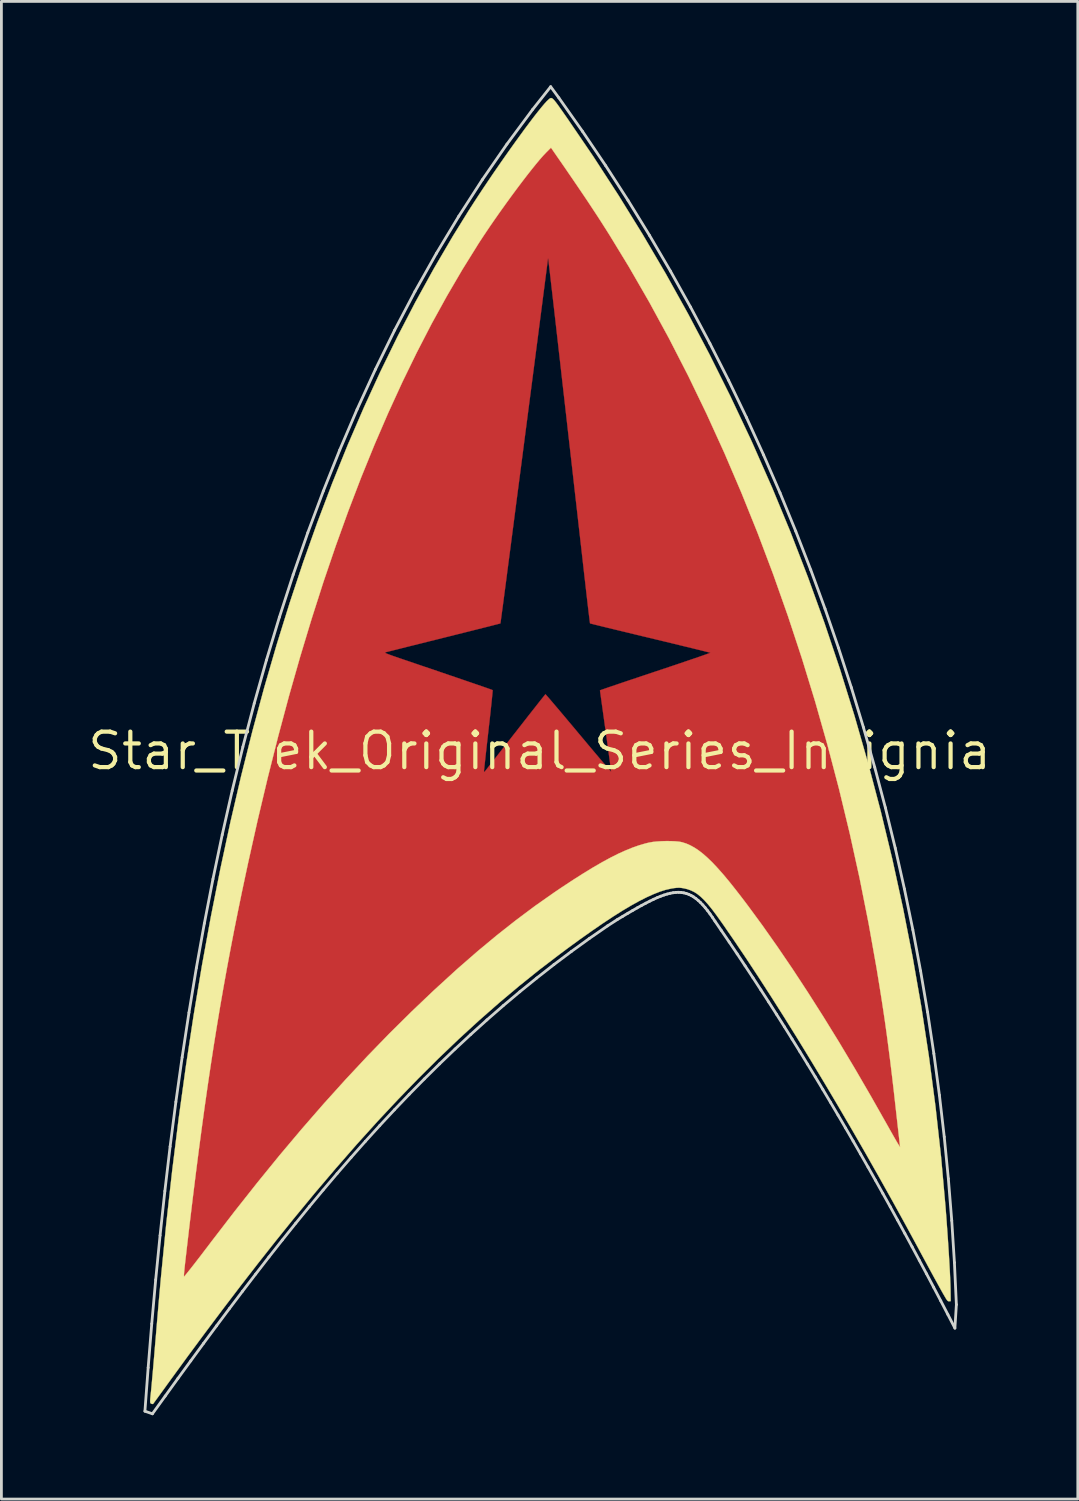
<source format=kicad_pcb>
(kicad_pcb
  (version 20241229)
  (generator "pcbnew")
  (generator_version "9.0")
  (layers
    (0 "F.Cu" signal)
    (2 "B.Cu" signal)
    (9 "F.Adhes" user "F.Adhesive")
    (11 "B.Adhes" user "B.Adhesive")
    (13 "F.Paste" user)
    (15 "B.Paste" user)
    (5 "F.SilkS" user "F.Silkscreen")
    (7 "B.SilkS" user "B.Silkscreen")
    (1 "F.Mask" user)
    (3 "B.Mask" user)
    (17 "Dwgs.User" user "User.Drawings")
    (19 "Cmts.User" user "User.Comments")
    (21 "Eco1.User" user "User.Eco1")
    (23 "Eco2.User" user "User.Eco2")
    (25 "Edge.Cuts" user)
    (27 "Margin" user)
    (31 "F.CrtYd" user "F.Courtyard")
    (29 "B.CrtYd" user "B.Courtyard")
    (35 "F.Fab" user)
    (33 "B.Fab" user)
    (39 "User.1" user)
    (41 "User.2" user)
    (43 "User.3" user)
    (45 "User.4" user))
  (footprint "Star_Trek_Original_Series_Insignia"
    (layer "F.Cu")
    (at 16.245 23.801)
    (property "Reference" "Star_Trek_Original_Series_Insignia" (at 0 0 0) (layer "F.SilkS") (effects (font (size 1.27 1.27) (thickness 0.15))))
    (attr through_hole)
    (fp_poly (pts (xy 0.55 -21.723) (xy 1.385 -20.544) (xy 2.19 -19.341) (xy 2.967 -18.113) (xy 3.717 -16.86) (xy 4.44 -15.579) (xy 5.138 -14.269) (xy 5.811 -12.928) (xy 6.459 -11.556) (xy 7.084 -10.151) (xy 7.686 -8.711) (xy 7.835 -8.34) (xy 8.43 -6.796) (xy 8.994 -5.226) (xy 9.526 -3.628) (xy 10.026 -2.006) (xy 10.495 -0.361) (xy 10.93 1.307) (xy 11.333 2.996) (xy 11.703 4.703) (xy 12.04 6.429) (xy 12.342 8.172) (xy 12.61 9.929) (xy 12.844 11.701) (xy 12.932 12.446) (xy 12.946 12.57) (xy 12.962 12.715) (xy 12.979 12.878) (xy 12.998 13.052) (xy 13.017 13.232) (xy 13.036 13.413) (xy 13.054 13.59) (xy 13.071 13.759) (xy 13.087 13.912) (xy 13.101 14.047) (xy 13.112 14.157) (xy 13.119 14.237) (xy 13.123 14.282) (xy 13.123 14.289) (xy 13.105 14.304) (xy 13.056 14.324) (xy 12.987 14.347) (xy 12.911 14.37) (xy 12.838 14.389) (xy 12.78 14.4) (xy 12.746 14.402) (xy 12.743 14.4) (xy 12.73 14.378) (xy 12.699 14.323) (xy 12.652 14.24) (xy 12.593 14.133) (xy 12.523 14.006) (xy 12.446 13.864) (xy 12.382 13.748) (xy 11.989 13.034) (xy 11.585 12.319) (xy 11.172 11.606) (xy 10.753 10.899) (xy 10.331 10.202) (xy 9.909 9.52) (xy 9.488 8.856) (xy 9.072 8.215) (xy 8.663 7.601) (xy 8.263 7.017) (xy 7.875 6.469) (xy 7.835 6.413) (xy 7.535 6.002) (xy 7.25 5.621) (xy 6.982 5.272) (xy 6.73 4.953) (xy 6.495 4.667) (xy 6.279 4.415) (xy 6.081 4.196) (xy 5.902 4.012) (xy 5.743 3.863) (xy 5.62 3.762) (xy 5.414 3.625) (xy 5.201 3.521) (xy 4.978 3.45) (xy 4.741 3.412) (xy 4.49 3.406) (xy 4.22 3.432) (xy 3.93 3.491) (xy 3.616 3.582) (xy 3.41 3.654) (xy 3.195 3.74) (xy 2.95 3.852) (xy 2.681 3.986) (xy 2.39 4.141) (xy 2.082 4.315) (xy 1.761 4.505) (xy 1.43 4.709) (xy 1.093 4.925) (xy 1.027 4.969) (xy 0.347 5.433) (xy -0.344 5.936) (xy -1.046 6.477) (xy -1.758 7.055) (xy -2.478 7.669) (xy -3.205 8.318) (xy -3.939 9) (xy -4.678 9.714) (xy -5.421 10.46) (xy -6.167 11.236) (xy -6.915 12.041) (xy -7.664 12.874) (xy -8.412 13.734) (xy -9.16 14.619) (xy -9.904 15.529) (xy -10.646 16.463) (xy -11.382 17.418) (xy -12.113 18.395) (xy -12.55 18.992) (xy -12.655 19.137) (xy -12.753 19.272) (xy -12.841 19.391) (xy -12.915 19.491) (xy -12.973 19.569) (xy -13.012 19.621) (xy -13.03 19.642) (xy -13.03 19.643) (xy -13.033 19.624) (xy -13.03 19.578) (xy -13.028 19.563) (xy -13.023 19.524) (xy -13.015 19.448) (xy -13.004 19.341) (xy -12.99 19.208) (xy -12.974 19.054) (xy -12.957 18.885) (xy -12.942 18.733) (xy -12.763 17.036) (xy -12.563 15.345) (xy -12.344 13.662) (xy -12.105 11.989) (xy -11.847 10.331) (xy -11.571 8.689) (xy -11.277 7.067) (xy -10.965 5.468) (xy -10.637 3.894) (xy -10.293 2.349) (xy -9.934 0.836) (xy -9.559 -0.642) (xy -9.268 -1.725) (xy -8.874 -3.118) (xy -8.756 -3.512) (xy -5.524 -3.512) (xy -5.511 -3.501) (xy -5.482 -3.486) (xy -5.433 -3.466) (xy -5.361 -3.439) (xy -5.262 -3.403) (xy -5.135 -3.359) (xy -4.976 -3.304) (xy -4.781 -3.238) (xy -4.657 -3.196) (xy -4.247 -3.056) (xy -3.875 -2.93) (xy -3.54 -2.816) (xy -3.239 -2.713) (xy -2.972 -2.622) (xy -2.735 -2.541) (xy -2.528 -2.47) (xy -2.349 -2.409) (xy -2.195 -2.356) (xy -2.066 -2.312) (xy -1.958 -2.274) (xy -1.871 -2.244) (xy -1.803 -2.22) (xy -1.752 -2.201) (xy -1.715 -2.188) (xy -1.692 -2.179) (xy -1.68 -2.174) (xy -1.678 -2.172) (xy -1.679 -2.15) (xy -1.684 -2.089) (xy -1.693 -1.993) (xy -1.706 -1.865) (xy -1.722 -1.709) (xy -1.741 -1.529) (xy -1.763 -1.326) (xy -1.787 -1.106) (xy -1.814 -0.872) (xy -1.829 -0.737) (xy -1.856 -0.495) (xy -1.882 -0.265) (xy -1.906 -0.05) (xy -1.928 0.146) (xy -1.947 0.32) (xy -1.963 0.468) (xy -1.976 0.586) (xy -1.985 0.671) (xy -1.989 0.72) (xy -1.99 0.729) (xy -1.983 0.755) (xy -1.971 0.75) (xy -1.955 0.731) (xy -1.915 0.681) (xy -1.854 0.602) (xy -1.772 0.497) (xy -1.671 0.37) (xy -1.555 0.221) (xy -1.425 0.054) (xy -1.282 -0.129) (xy -1.128 -0.325) (xy -0.967 -0.532) (xy -0.878 -0.646) (xy -0.713 -0.857) (xy -0.556 -1.058) (xy -0.408 -1.248) (xy -0.271 -1.422) (xy -0.147 -1.579) (xy -0.039 -1.717) (xy 0.053 -1.833) (xy 0.125 -1.923) (xy 0.176 -1.987) (xy 0.204 -2.021) (xy 0.209 -2.026) (xy 0.224 -2.011) (xy 0.264 -1.966) (xy 0.328 -1.893) (xy 0.413 -1.794) (xy 0.516 -1.672) (xy 0.637 -1.53) (xy 0.773 -1.369) (xy 0.923 -1.191) (xy 1.083 -1) (xy 1.253 -0.798) (xy 1.386 -0.638) (xy 1.562 -0.429) (xy 1.729 -0.229) (xy 1.886 -0.042) (xy 2.032 0.131) (xy 2.164 0.287) (xy 2.28 0.424) (xy 2.379 0.539) (xy 2.457 0.631) (xy 2.515 0.696) (xy 2.548 0.733) (xy 2.557 0.741) (xy 2.555 0.718) (xy 2.548 0.656) (xy 2.535 0.56) (xy 2.518 0.431) (xy 2.497 0.275) (xy 2.473 0.094) (xy 2.445 -0.108) (xy 2.415 -0.329) (xy 2.382 -0.563) (xy 2.361 -0.715) (xy 2.327 -0.957) (xy 2.295 -1.186) (xy 2.265 -1.4) (xy 2.238 -1.594) (xy 2.214 -1.766) (xy 2.194 -1.911) (xy 2.178 -2.027) (xy 2.166 -2.11) (xy 2.16 -2.157) (xy 2.159 -2.166) (xy 2.179 -2.174) (xy 2.236 -2.194) (xy 2.328 -2.226) (xy 2.451 -2.269) (xy 2.605 -2.321) (xy 2.785 -2.382) (xy 2.988 -2.451) (xy 3.213 -2.527) (xy 3.457 -2.608) (xy 3.716 -2.695) (xy 3.989 -2.786) (xy 4.139 -2.837) (xy 4.417 -2.93) (xy 4.684 -3.019) (xy 4.935 -3.103) (xy 5.17 -3.183) (xy 5.384 -3.256) (xy 5.576 -3.321) (xy 5.742 -3.378) (xy 5.881 -3.427) (xy 5.989 -3.465) (xy 6.063 -3.492) (xy 6.102 -3.507) (xy 6.107 -3.51) (xy 6.085 -3.516) (xy 6.025 -3.532) (xy 5.929 -3.556) (xy 5.799 -3.589) (xy 5.64 -3.628) (xy 5.453 -3.674) (xy 5.242 -3.725) (xy 5.008 -3.782) (xy 4.754 -3.844) (xy 4.485 -3.909) (xy 4.201 -3.977) (xy 3.954 -4.037) (xy 3.66 -4.107) (xy 3.379 -4.175) (xy 3.112 -4.24) (xy 2.862 -4.3) (xy 2.631 -4.356) (xy 2.424 -4.406) (xy 2.241 -4.451) (xy 2.087 -4.489) (xy 1.963 -4.519) (xy 1.873 -4.542) (xy 1.819 -4.556) (xy 1.804 -4.56) (xy 1.8 -4.582) (xy 1.792 -4.643) (xy 1.78 -4.74) (xy 1.764 -4.869) (xy 1.745 -5.027) (xy 1.723 -5.211) (xy 1.699 -5.419) (xy 1.673 -5.646) (xy 1.645 -5.889) (xy 1.616 -6.146) (xy 1.606 -6.227) (xy 1.511 -7.071) (xy 1.419 -7.874) (xy 1.333 -8.637) (xy 1.25 -9.361) (xy 1.173 -10.046) (xy 1.099 -10.694) (xy 1.029 -11.306) (xy 0.964 -11.883) (xy 0.902 -12.425) (xy 0.844 -12.934) (xy 0.79 -13.41) (xy 0.74 -13.855) (xy 0.692 -14.269) (xy 0.649 -14.653) (xy 0.608 -15.009) (xy 0.571 -15.337) (xy 0.536 -15.639) (xy 0.505 -15.914) (xy 0.476 -16.165) (xy 0.45 -16.392) (xy 0.426 -16.596) (xy 0.405 -16.778) (xy 0.387 -16.94) (xy 0.37 -17.081) (xy 0.356 -17.203) (xy 0.344 -17.307) (xy 0.333 -17.394) (xy 0.325 -17.464) (xy 0.318 -17.52) (xy 0.313 -17.561) (xy 0.309 -17.589) (xy 0.307 -17.604) (xy 0.306 -17.608) (xy 0.297 -17.6) (xy 0.296 -17.587) (xy 0.294 -17.562) (xy 0.285 -17.497) (xy 0.272 -17.39) (xy 0.253 -17.242) (xy 0.229 -17.054) (xy 0.199 -16.826) (xy 0.165 -16.559) (xy 0.125 -16.252) (xy 0.081 -15.907) (xy 0.031 -15.523) (xy -0.024 -15.102) (xy -0.083 -14.643) (xy -0.148 -14.147) (xy -0.217 -13.614) (xy -0.291 -13.045) (xy -0.37 -12.44) (xy -0.453 -11.8) (xy -0.541 -11.125) (xy -0.633 -10.415) (xy -0.73 -9.671) (xy -0.832 -8.893) (xy -0.937 -8.082) (xy -1.047 -7.238) (xy -1.162 -6.361) (xy -1.164 -6.342) (xy -1.199 -6.073) (xy -1.233 -5.816) (xy -1.265 -5.574) (xy -1.294 -5.351) (xy -1.321 -5.149) (xy -1.345 -4.972) (xy -1.365 -4.822) (xy -1.381 -4.703) (xy -1.393 -4.618) (xy -1.4 -4.57) (xy -1.402 -4.56) (xy -1.423 -4.554) (xy -1.483 -4.538) (xy -1.578 -4.514) (xy -1.705 -4.481) (xy -1.862 -4.441) (xy -2.047 -4.395) (xy -2.256 -4.342) (xy -2.486 -4.284) (xy -2.735 -4.222) (xy -2.999 -4.156) (xy -3.277 -4.086) (xy -3.409 -4.053) (xy -3.694 -3.982) (xy -3.968 -3.914) (xy -4.229 -3.848) (xy -4.474 -3.787) (xy -4.7 -3.731) (xy -4.903 -3.68) (xy -5.081 -3.635) (xy -5.232 -3.597) (xy -5.351 -3.567) (xy -5.436 -3.546) (xy -5.484 -3.534) (xy -5.493 -3.532) (xy -5.512 -3.526) (xy -5.523 -3.52) (xy -5.524 -3.512) (xy -8.756 -3.512) (xy -8.468 -4.475) (xy -8.048 -5.796) (xy -7.615 -7.082) (xy -7.17 -8.331) (xy -6.713 -9.543) (xy -6.243 -10.719) (xy -5.761 -11.857) (xy -5.267 -12.958) (xy -4.761 -14.02) (xy -4.244 -15.045) (xy -3.715 -16.031) (xy -3.175 -16.978) (xy -2.624 -17.885) (xy -2.061 -18.753) (xy -1.488 -19.581) (xy -0.904 -20.369) (xy -0.309 -21.117) (xy -0.045 -21.431) (xy 0.189 -21.706) (xy 0.195 -21.955) (xy 0.201 -22.204) (xy 0.55 -21.723)) (stroke (width 0.01) (type solid)) (fill yes) (layer "F.Cu"))
    (fp_poly (pts (xy 0.317 -19.187) (xy 0.326 -19.131) (xy 0.338 -19.034) (xy 0.355 -18.899) (xy 0.376 -18.727) (xy 0.401 -18.519) (xy 0.43 -18.276) (xy 0.462 -18) (xy 0.499 -17.692) (xy 0.538 -17.352) (xy 0.581 -16.982) (xy 0.627 -16.584) (xy 0.676 -16.159) (xy 0.728 -15.707) (xy 0.783 -15.23) (xy 0.841 -14.73) (xy 0.9 -14.206) (xy 0.962 -13.662) (xy 1.027 -13.098) (xy 1.093 -12.514) (xy 1.152 -11.996) (xy 1.214 -11.446) (xy 1.275 -10.906) (xy 1.335 -10.379) (xy 1.394 -9.866) (xy 1.45 -9.368) (xy 1.505 -8.887) (xy 1.557 -8.424) (xy 1.608 -7.982) (xy 1.656 -7.561) (xy 1.701 -7.162) (xy 1.744 -6.789) (xy 1.783 -6.441) (xy 1.82 -6.12) (xy 1.853 -5.829) (xy 1.883 -5.568) (xy 1.91 -5.34) (xy 1.932 -5.145) (xy 1.95 -4.985) (xy 1.965 -4.861) (xy 1.975 -4.776) (xy 1.98 -4.731) (xy 1.982 -4.723) (xy 1.988 -4.721) (xy 2.006 -4.716) (xy 2.037 -4.707) (xy 2.083 -4.696) (xy 2.146 -4.68) (xy 2.227 -4.66) (xy 2.328 -4.635) (xy 2.449 -4.606) (xy 2.594 -4.571) (xy 2.763 -4.53) (xy 2.959 -4.483) (xy 3.182 -4.429) (xy 3.434 -4.368) (xy 3.717 -4.3) (xy 4.032 -4.224) (xy 4.381 -4.14) (xy 4.766 -4.048) (xy 5.188 -3.947) (xy 5.649 -3.836) (xy 5.91 -3.773) (xy 6.127 -3.721) (xy 6.319 -3.673) (xy 6.485 -3.631) (xy 6.621 -3.596) (xy 6.725 -3.567) (xy 6.794 -3.546) (xy 6.826 -3.533) (xy 6.827 -3.53) (xy 6.803 -3.521) (xy 6.742 -3.5) (xy 6.646 -3.467) (xy 6.518 -3.423) (xy 6.361 -3.37) (xy 6.177 -3.308) (xy 5.97 -3.238) (xy 5.741 -3.161) (xy 5.494 -3.078) (xy 5.232 -2.99) (xy 4.957 -2.897) (xy 4.769 -2.835) (xy 4.483 -2.739) (xy 4.205 -2.646) (xy 3.939 -2.557) (xy 3.687 -2.472) (xy 3.453 -2.394) (xy 3.239 -2.322) (xy 3.049 -2.259) (xy 2.885 -2.204) (xy 2.75 -2.159) (xy 2.648 -2.125) (xy 2.582 -2.102) (xy 2.561 -2.095) (xy 2.472 -2.064) (xy 2.418 -2.039) (xy 2.391 -2.017) (xy 2.386 -1.996) (xy 2.39 -1.97) (xy 2.399 -1.905) (xy 2.413 -1.804) (xy 2.431 -1.671) (xy 2.454 -1.509) (xy 2.48 -1.321) (xy 2.509 -1.111) (xy 2.541 -0.882) (xy 2.575 -0.636) (xy 2.611 -0.377) (xy 2.625 -0.278) (xy 2.662 -0.016) (xy 2.696 0.233) (xy 2.728 0.467) (xy 2.757 0.682) (xy 2.784 0.875) (xy 2.806 1.044) (xy 2.825 1.184) (xy 2.839 1.294) (xy 2.848 1.369) (xy 2.852 1.406) (xy 2.852 1.41) (xy 2.837 1.395) (xy 2.798 1.35) (xy 2.735 1.277) (xy 2.65 1.178) (xy 2.546 1.055) (xy 2.424 0.911) (xy 2.286 0.747) (xy 2.134 0.566) (xy 1.97 0.371) (xy 1.795 0.163) (xy 1.612 -0.056) (xy 1.535 -0.148) (xy 1.349 -0.37) (xy 1.171 -0.583) (xy 1.002 -0.784) (xy 0.844 -0.971) (xy 0.699 -1.141) (xy 0.569 -1.294) (xy 0.457 -1.425) (xy 0.363 -1.534) (xy 0.29 -1.617) (xy 0.239 -1.674) (xy 0.213 -1.701) (xy 0.21 -1.703) (xy 0.195 -1.685) (xy 0.155 -1.636) (xy 0.094 -1.559) (xy 0.011 -1.455) (xy -0.089 -1.327) (xy -0.207 -1.178) (xy -0.34 -1.009) (xy -0.485 -0.823) (xy -0.642 -0.623) (xy -0.808 -0.411) (xy -0.982 -0.189) (xy -1.002 -0.164) (xy -1.177 0.06) (xy -1.345 0.276) (xy -1.504 0.48) (xy -1.653 0.67) (xy -1.79 0.845) (xy -1.912 1) (xy -2.017 1.135) (xy -2.104 1.247) (xy -2.171 1.332) (xy -2.216 1.389) (xy -2.237 1.416) (xy -2.238 1.417) (xy -2.28 1.468) (xy -2.272 1.406) (xy -2.26 1.309) (xy -2.244 1.182) (xy -2.226 1.028) (xy -2.206 0.851) (xy -2.184 0.655) (xy -2.16 0.443) (xy -2.135 0.22) (xy -2.11 -0.012) (xy -2.084 -0.247) (xy -2.059 -0.483) (xy -2.034 -0.716) (xy -2.01 -0.941) (xy -1.987 -1.155) (xy -1.966 -1.355) (xy -1.947 -1.536) (xy -1.931 -1.695) (xy -1.918 -1.828) (xy -1.908 -1.932) (xy -1.902 -2.001) (xy -1.9 -2.034) (xy -1.9 -2.036) (xy -1.922 -2.044) (xy -1.981 -2.066) (xy -2.075 -2.099) (xy -2.202 -2.143) (xy -2.358 -2.197) (xy -2.541 -2.26) (xy -2.748 -2.332) (xy -2.977 -2.41) (xy -3.226 -2.495) (xy -3.491 -2.586) (xy -3.77 -2.681) (xy -4.06 -2.78) (xy -4.075 -2.785) (xy -4.365 -2.884) (xy -4.645 -2.979) (xy -4.911 -3.07) (xy -5.16 -3.155) (xy -5.39 -3.234) (xy -5.599 -3.306) (xy -5.783 -3.369) (xy -5.941 -3.424) (xy -6.068 -3.468) (xy -6.164 -3.502) (xy -6.225 -3.524) (xy -6.249 -3.533) (xy -6.249 -3.533) (xy -6.231 -3.54) (xy -6.174 -3.556) (xy -6.082 -3.581) (xy -5.956 -3.615) (xy -5.799 -3.655) (xy -5.614 -3.703) (xy -5.403 -3.757) (xy -5.169 -3.817) (xy -4.914 -3.882) (xy -4.642 -3.951) (xy -4.353 -4.023) (xy -4.052 -4.099) (xy -3.935 -4.128) (xy -3.629 -4.204) (xy -3.334 -4.278) (xy -3.054 -4.348) (xy -2.79 -4.415) (xy -2.545 -4.476) (xy -2.323 -4.532) (xy -2.125 -4.582) (xy -1.954 -4.626) (xy -1.813 -4.662) (xy -1.704 -4.69) (xy -1.63 -4.709) (xy -1.593 -4.719) (xy -1.59 -4.72) (xy -1.586 -4.742) (xy -1.577 -4.804) (xy -1.563 -4.905) (xy -1.544 -5.043) (xy -1.52 -5.217) (xy -1.492 -5.426) (xy -1.46 -5.668) (xy -1.423 -5.94) (xy -1.383 -6.243) (xy -1.339 -6.574) (xy -1.292 -6.932) (xy -1.242 -7.315) (xy -1.188 -7.722) (xy -1.132 -8.151) (xy -1.073 -8.601) (xy -1.011 -9.069) (xy -0.948 -9.556) (xy -0.882 -10.059) (xy -0.815 -10.576) (xy -0.745 -11.107) (xy -0.675 -11.649) (xy -0.637 -11.938) (xy -0.566 -12.486) (xy -0.496 -13.024) (xy -0.428 -13.549) (xy -0.361 -14.061) (xy -0.296 -14.558) (xy -0.234 -15.038) (xy -0.173 -15.5) (xy -0.116 -15.942) (xy -0.061 -16.363) (xy -0.009 -16.761) (xy 0.04 -17.134) (xy 0.086 -17.482) (xy 0.128 -17.803) (xy 0.166 -18.094) (xy 0.201 -18.355) (xy 0.231 -18.584) (xy 0.257 -18.78) (xy 0.278 -18.94) (xy 0.295 -19.064) (xy 0.306 -19.15) (xy 0.313 -19.196) (xy 0.314 -19.203) (xy 0.317 -19.187)) (stroke (width 0.01) (type solid)) (fill yes) (layer "F.Mask"))
    (fp_poly (pts (xy 0.317 -19.187) (xy 0.326 -19.131) (xy 0.338 -19.034) (xy 0.355 -18.899) (xy 0.376 -18.727) (xy 0.401 -18.519) (xy 0.43 -18.276) (xy 0.462 -18) (xy 0.499 -17.692) (xy 0.538 -17.352) (xy 0.581 -16.982) (xy 0.627 -16.584) (xy 0.676 -16.159) (xy 0.728 -15.707) (xy 0.783 -15.23) (xy 0.841 -14.73) (xy 0.9 -14.206) (xy 0.962 -13.662) (xy 1.027 -13.098) (xy 1.093 -12.514) (xy 1.152 -11.996) (xy 1.214 -11.446) (xy 1.275 -10.906) (xy 1.335 -10.379) (xy 1.394 -9.866) (xy 1.45 -9.368) (xy 1.505 -8.887) (xy 1.557 -8.424) (xy 1.608 -7.982) (xy 1.656 -7.561) (xy 1.701 -7.162) (xy 1.744 -6.789) (xy 1.783 -6.441) (xy 1.82 -6.12) (xy 1.853 -5.829) (xy 1.883 -5.568) (xy 1.91 -5.34) (xy 1.932 -5.145) (xy 1.95 -4.985) (xy 1.965 -4.861) (xy 1.975 -4.776) (xy 1.98 -4.731) (xy 1.982 -4.723) (xy 1.988 -4.721) (xy 2.006 -4.716) (xy 2.037 -4.707) (xy 2.083 -4.696) (xy 2.146 -4.68) (xy 2.227 -4.66) (xy 2.328 -4.635) (xy 2.449 -4.606) (xy 2.594 -4.571) (xy 2.763 -4.53) (xy 2.959 -4.483) (xy 3.182 -4.429) (xy 3.434 -4.368) (xy 3.717 -4.3) (xy 4.032 -4.224) (xy 4.381 -4.14) (xy 4.766 -4.048) (xy 5.188 -3.947) (xy 5.649 -3.836) (xy 5.91 -3.773) (xy 6.127 -3.721) (xy 6.319 -3.673) (xy 6.485 -3.631) (xy 6.621 -3.596) (xy 6.725 -3.567) (xy 6.794 -3.546) (xy 6.826 -3.533) (xy 6.827 -3.53) (xy 6.803 -3.521) (xy 6.742 -3.5) (xy 6.646 -3.467) (xy 6.518 -3.423) (xy 6.361 -3.37) (xy 6.177 -3.308) (xy 5.97 -3.238) (xy 5.741 -3.161) (xy 5.494 -3.078) (xy 5.232 -2.99) (xy 4.957 -2.897) (xy 4.769 -2.835) (xy 4.483 -2.739) (xy 4.205 -2.646) (xy 3.939 -2.557) (xy 3.687 -2.472) (xy 3.453 -2.394) (xy 3.239 -2.322) (xy 3.049 -2.259) (xy 2.885 -2.204) (xy 2.75 -2.159) (xy 2.648 -2.125) (xy 2.582 -2.102) (xy 2.561 -2.095) (xy 2.472 -2.064) (xy 2.418 -2.039) (xy 2.391 -2.017) (xy 2.386 -1.996) (xy 2.39 -1.97) (xy 2.399 -1.905) (xy 2.413 -1.804) (xy 2.431 -1.671) (xy 2.454 -1.509) (xy 2.48 -1.321) (xy 2.509 -1.111) (xy 2.541 -0.882) (xy 2.575 -0.636) (xy 2.611 -0.377) (xy 2.625 -0.278) (xy 2.662 -0.016) (xy 2.696 0.233) (xy 2.728 0.467) (xy 2.757 0.682) (xy 2.784 0.875) (xy 2.806 1.044) (xy 2.825 1.184) (xy 2.839 1.294) (xy 2.848 1.369) (xy 2.852 1.406) (xy 2.852 1.41) (xy 2.837 1.395) (xy 2.798 1.35) (xy 2.735 1.277) (xy 2.65 1.178) (xy 2.546 1.055) (xy 2.424 0.911) (xy 2.286 0.747) (xy 2.134 0.566) (xy 1.97 0.371) (xy 1.795 0.163) (xy 1.612 -0.056) (xy 1.535 -0.148) (xy 1.349 -0.37) (xy 1.171 -0.583) (xy 1.002 -0.784) (xy 0.844 -0.971) (xy 0.699 -1.141) (xy 0.569 -1.294) (xy 0.457 -1.425) (xy 0.363 -1.534) (xy 0.29 -1.617) (xy 0.239 -1.674) (xy 0.213 -1.701) (xy 0.21 -1.703) (xy 0.195 -1.685) (xy 0.155 -1.636) (xy 0.094 -1.559) (xy 0.011 -1.455) (xy -0.089 -1.327) (xy -0.207 -1.178) (xy -0.34 -1.009) (xy -0.485 -0.823) (xy -0.642 -0.623) (xy -0.808 -0.411) (xy -0.982 -0.189) (xy -1.002 -0.164) (xy -1.177 0.06) (xy -1.345 0.276) (xy -1.504 0.48) (xy -1.653 0.67) (xy -1.79 0.845) (xy -1.912 1) (xy -2.017 1.135) (xy -2.104 1.247) (xy -2.171 1.332) (xy -2.216 1.389) (xy -2.237 1.416) (xy -2.238 1.417) (xy -2.28 1.468) (xy -2.272 1.406) (xy -2.26 1.309) (xy -2.244 1.182) (xy -2.226 1.028) (xy -2.206 0.851) (xy -2.184 0.655) (xy -2.16 0.443) (xy -2.135 0.22) (xy -2.11 -0.012) (xy -2.084 -0.247) (xy -2.059 -0.483) (xy -2.034 -0.716) (xy -2.01 -0.941) (xy -1.987 -1.155) (xy -1.966 -1.355) (xy -1.947 -1.536) (xy -1.931 -1.695) (xy -1.918 -1.828) (xy -1.908 -1.932) (xy -1.902 -2.001) (xy -1.9 -2.034) (xy -1.9 -2.036) (xy -1.922 -2.044) (xy -1.981 -2.066) (xy -2.075 -2.099) (xy -2.202 -2.143) (xy -2.358 -2.197) (xy -2.541 -2.26) (xy -2.748 -2.332) (xy -2.977 -2.41) (xy -3.226 -2.495) (xy -3.491 -2.586) (xy -3.77 -2.681) (xy -4.06 -2.78) (xy -4.075 -2.785) (xy -4.365 -2.884) (xy -4.645 -2.979) (xy -4.911 -3.07) (xy -5.16 -3.155) (xy -5.39 -3.234) (xy -5.599 -3.306) (xy -5.783 -3.369) (xy -5.941 -3.424) (xy -6.068 -3.468) (xy -6.164 -3.502) (xy -6.225 -3.524) (xy -6.249 -3.533) (xy -6.249 -3.533) (xy -6.231 -3.54) (xy -6.174 -3.556) (xy -6.082 -3.581) (xy -5.956 -3.615) (xy -5.799 -3.655) (xy -5.614 -3.703) (xy -5.403 -3.757) (xy -5.169 -3.817) (xy -4.914 -3.882) (xy -4.642 -3.951) (xy -4.353 -4.023) (xy -4.052 -4.099) (xy -3.935 -4.128) (xy -3.629 -4.204) (xy -3.334 -4.278) (xy -3.054 -4.348) (xy -2.79 -4.415) (xy -2.545 -4.476) (xy -2.323 -4.532) (xy -2.125 -4.582) (xy -1.954 -4.626) (xy -1.813 -4.662) (xy -1.704 -4.69) (xy -1.63 -4.709) (xy -1.593 -4.719) (xy -1.59 -4.72) (xy -1.586 -4.742) (xy -1.577 -4.804) (xy -1.563 -4.905) (xy -1.544 -5.043) (xy -1.52 -5.217) (xy -1.492 -5.426) (xy -1.46 -5.668) (xy -1.423 -5.94) (xy -1.383 -6.243) (xy -1.339 -6.574) (xy -1.292 -6.932) (xy -1.242 -7.315) (xy -1.188 -7.722) (xy -1.132 -8.151) (xy -1.073 -8.601) (xy -1.011 -9.069) (xy -0.948 -9.556) (xy -0.882 -10.059) (xy -0.815 -10.576) (xy -0.745 -11.107) (xy -0.675 -11.649) (xy -0.637 -11.938) (xy -0.566 -12.486) (xy -0.496 -13.024) (xy -0.428 -13.549) (xy -0.361 -14.061) (xy -0.296 -14.558) (xy -0.234 -15.038) (xy -0.173 -15.5) (xy -0.116 -15.942) (xy -0.061 -16.363) (xy -0.009 -16.761) (xy 0.04 -17.134) (xy 0.086 -17.482) (xy 0.128 -17.803) (xy 0.166 -18.094) (xy 0.201 -18.355) (xy 0.231 -18.584) (xy 0.257 -18.78) (xy 0.278 -18.94) (xy 0.295 -19.064) (xy 0.306 -19.15) (xy 0.313 -19.196) (xy 0.314 -19.203) (xy 0.317 -19.187)) (stroke (width 0.01) (type solid)) (fill yes) (layer "B.Mask"))
    (fp_poly (pts (xy 0.429 -23.343) (xy 0.46 -23.327) (xy 0.498 -23.293) (xy 0.545 -23.24) (xy 0.604 -23.165) (xy 0.677 -23.065) (xy 0.768 -22.937) (xy 0.878 -22.78) (xy 0.985 -22.627) (xy 1.921 -21.255) (xy 2.819 -19.872) (xy 3.682 -18.476) (xy 4.513 -17.062) (xy 5.311 -15.627) (xy 6.081 -14.167) (xy 6.823 -12.679) (xy 7.541 -11.16) (xy 7.63 -10.964) (xy 8.318 -9.406) (xy 8.973 -7.822) (xy 9.595 -6.213) (xy 10.184 -4.582) (xy 10.739 -2.928) (xy 11.26 -1.254) (xy 11.746 0.439) (xy 12.197 2.15) (xy 12.614 3.877) (xy 12.995 5.62) (xy 13.34 7.376) (xy 13.649 9.144) (xy 13.921 10.923) (xy 14.156 12.712) (xy 14.355 14.509) (xy 14.516 16.314) (xy 14.53 16.499) (xy 14.555 16.832) (xy 14.578 17.162) (xy 14.601 17.486) (xy 14.621 17.799) (xy 14.64 18.097) (xy 14.656 18.376) (xy 14.67 18.632) (xy 14.681 18.86) (xy 14.689 19.056) (xy 14.694 19.216) (xy 14.695 19.272) (xy 14.7 19.674) (xy 14.647 19.68) (xy 14.609 19.676) (xy 14.575 19.649) (xy 14.538 19.596) (xy 14.489 19.513) (xy 14.42 19.394) (xy 14.332 19.237) (xy 14.226 19.045) (xy 14.101 18.818) (xy 13.958 18.555) (xy 13.797 18.258) (xy 13.618 17.927) (xy 13.568 17.833) (xy 13.095 16.961) (xy 12.616 16.092) (xy 12.132 15.227) (xy 11.646 14.37) (xy 11.158 13.524) (xy 10.67 12.69) (xy 10.185 11.872) (xy 9.702 11.072) (xy 9.225 10.292) (xy 8.754 9.536) (xy 8.291 8.805) (xy 7.838 8.103) (xy 7.396 7.432) (xy 6.966 6.794) (xy 6.551 6.192) (xy 6.491 6.107) (xy 6.318 5.866) (xy 6.163 5.659) (xy 6.021 5.485) (xy 5.89 5.339) (xy 5.767 5.219) (xy 5.649 5.123) (xy 5.532 5.047) (xy 5.413 4.989) (xy 5.29 4.945) (xy 5.189 4.92) (xy 5.089 4.901) (xy 5.002 4.892) (xy 4.914 4.894) (xy 4.812 4.905) (xy 4.707 4.922) (xy 4.515 4.965) (xy 4.305 5.031) (xy 4.077 5.12) (xy 3.828 5.233) (xy 3.558 5.37) (xy 3.266 5.532) (xy 2.95 5.72) (xy 2.61 5.935) (xy 2.245 6.177) (xy 1.854 6.446) (xy 1.435 6.743) (xy 0.988 7.069) (xy 0.73 7.261) (xy 0.002 7.817) (xy -0.722 8.398) (xy -1.444 9.005) (xy -2.165 9.638) (xy -2.886 10.299) (xy -3.608 10.989) (xy -4.333 11.71) (xy -5.062 12.462) (xy -5.796 13.247) (xy -6.537 14.067) (xy -7.285 14.923) (xy -8.043 15.815) (xy -8.81 16.745) (xy -9.464 17.558) (xy -10.063 18.317) (xy -10.678 19.11) (xy -11.305 19.933) (xy -11.942 20.782) (xy -12.586 21.652) (xy -13.232 22.539) (xy -13.334 22.68) (xy -13.44 22.827) (xy -13.539 22.963) (xy -13.627 23.085) (xy -13.702 23.188) (xy -13.761 23.269) (xy -13.801 23.324) (xy -13.819 23.349) (xy -13.82 23.35) (xy -13.847 23.354) (xy -13.88 23.345) (xy -13.901 23.335) (xy -13.915 23.319) (xy -13.924 23.292) (xy -13.926 23.247) (xy -13.923 23.178) (xy -13.914 23.08) (xy -13.9 22.947) (xy -13.897 22.92) (xy -13.89 22.852) (xy -13.88 22.745) (xy -13.867 22.605) (xy -13.852 22.435) (xy -13.834 22.24) (xy -13.815 22.023) (xy -13.795 21.789) (xy -13.774 21.542) (xy -13.753 21.286) (xy -13.737 21.103) (xy -13.714 20.83) (xy -13.691 20.551) (xy -13.667 20.273) (xy -13.644 20.001) (xy -13.622 19.741) (xy -13.601 19.499) (xy -13.581 19.28) (xy -13.564 19.089) (xy -13.55 18.933) (xy -13.545 18.881) (xy -13.534 18.766) (xy -12.719 18.766) (xy -12.718 18.787) (xy -12.714 18.795) (xy -12.712 18.796) (xy -12.697 18.78) (xy -12.66 18.737) (xy -12.605 18.67) (xy -12.538 18.586) (xy -12.473 18.505) (xy -12.408 18.422) (xy -12.321 18.311) (xy -12.219 18.178) (xy -12.103 18.028) (xy -11.98 17.866) (xy -11.853 17.7) (xy -11.727 17.533) (xy -11.705 17.505) (xy -10.895 16.451) (xy -10.093 15.437) (xy -9.298 14.46) (xy -8.507 13.521) (xy -7.72 12.617) (xy -6.934 11.746) (xy -6.15 10.907) (xy -5.365 10.098) (xy -4.577 9.319) (xy -3.786 8.566) (xy -2.991 7.839) (xy -2.91 7.767) (xy -2.213 7.16) (xy -1.525 6.589) (xy -0.844 6.052) (xy -0.164 5.544) (xy 0.519 5.064) (xy 0.804 4.871) (xy 1.204 4.608) (xy 1.574 4.373) (xy 1.918 4.163) (xy 2.238 3.978) (xy 2.536 3.816) (xy 2.816 3.675) (xy 3.08 3.556) (xy 3.329 3.455) (xy 3.568 3.372) (xy 3.797 3.306) (xy 3.92 3.277) (xy 4.045 3.255) (xy 4.196 3.239) (xy 4.363 3.229) (xy 4.536 3.224) (xy 4.705 3.226) (xy 4.862 3.233) (xy 4.997 3.246) (xy 5.099 3.266) (xy 5.101 3.267) (xy 5.247 3.314) (xy 5.392 3.378) (xy 5.54 3.46) (xy 5.691 3.561) (xy 5.848 3.683) (xy 6.012 3.828) (xy 6.186 3.997) (xy 6.37 4.194) (xy 6.568 4.418) (xy 6.78 4.672) (xy 7.008 4.958) (xy 7.255 5.277) (xy 7.45 5.535) (xy 7.974 6.249) (xy 8.505 7.003) (xy 9.045 7.797) (xy 9.592 8.631) (xy 10.146 9.503) (xy 10.707 10.412) (xy 11.273 11.359) (xy 11.845 12.343) (xy 12.419 13.356) (xy 12.504 13.507) (xy 12.585 13.651) (xy 12.66 13.783) (xy 12.725 13.896) (xy 12.777 13.986) (xy 12.814 14.047) (xy 12.825 14.065) (xy 12.893 14.171) (xy 12.881 14.076) (xy 12.877 14.038) (xy 12.868 13.963) (xy 12.856 13.853) (xy 12.84 13.712) (xy 12.821 13.545) (xy 12.8 13.356) (xy 12.776 13.147) (xy 12.751 12.924) (xy 12.725 12.69) (xy 12.72 12.648) (xy 12.658 12.095) (xy 12.597 11.578) (xy 12.538 11.091) (xy 12.478 10.626) (xy 12.419 10.178) (xy 12.358 9.739) (xy 12.294 9.304) (xy 12.227 8.866) (xy 12.156 8.419) (xy 12.08 7.955) (xy 12.055 7.8) (xy 11.765 6.171) (xy 11.443 4.554) (xy 11.09 2.95) (xy 10.707 1.361) (xy 10.294 -0.212) (xy 9.852 -1.768) (xy 9.381 -3.305) (xy 8.881 -4.821) (xy 8.353 -6.316) (xy 7.798 -7.787) (xy 7.215 -9.234) (xy 6.607 -10.655) (xy 5.972 -12.049) (xy 5.313 -13.414) (xy 4.628 -14.749) (xy 3.919 -16.052) (xy 3.186 -17.323) (xy 2.509 -18.433) (xy 2.362 -18.666) (xy 2.214 -18.898) (xy 2.064 -19.131) (xy 1.907 -19.369) (xy 1.743 -19.618) (xy 1.567 -19.88) (xy 1.378 -20.159) (xy 1.173 -20.46) (xy 0.949 -20.787) (xy 0.703 -21.143) (xy 0.638 -21.236) (xy 0.407 -21.571) (xy 0.235 -21.399) (xy 0.13 -21.288) (xy 0.005 -21.146) (xy -0.137 -20.975) (xy -0.295 -20.779) (xy -0.466 -20.561) (xy -0.646 -20.326) (xy -0.834 -20.076) (xy -1.026 -19.816) (xy -1.22 -19.548) (xy -1.414 -19.277) (xy -1.604 -19.006) (xy -1.789 -18.738) (xy -1.965 -18.476) (xy -2.13 -18.226) (xy -2.186 -18.139) (xy -2.759 -17.218) (xy -3.318 -16.262) (xy -3.863 -15.272) (xy -4.393 -14.246) (xy -4.91 -13.185) (xy -5.413 -12.087) (xy -5.903 -10.953) (xy -6.379 -9.783) (xy -6.842 -8.575) (xy -7.291 -7.33) (xy -7.728 -6.048) (xy -8.151 -4.727) (xy -8.562 -3.368) (xy -8.96 -1.971) (xy -9.345 -0.534) (xy -9.718 0.942) (xy -10.078 2.457) (xy -10.426 4.013) (xy -10.647 5.051) (xy -10.788 5.738) (xy -10.924 6.416) (xy -11.054 7.091) (xy -11.18 7.765) (xy -11.302 8.442) (xy -11.421 9.123) (xy -11.536 9.813) (xy -11.649 10.514) (xy -11.759 11.23) (xy -11.868 11.964) (xy -11.976 12.719) (xy -12.083 13.497) (xy -12.19 14.302) (xy -12.297 15.138) (xy -12.405 16.007) (xy -12.514 16.912) (xy -12.615 17.776) (xy -12.642 18.011) (xy -12.665 18.208) (xy -12.683 18.37) (xy -12.697 18.5) (xy -12.707 18.601) (xy -12.714 18.677) (xy -12.718 18.731) (xy -12.719 18.766) (xy -13.534 18.766) (xy -13.352 16.92) (xy -13.137 14.996) (xy -12.902 13.109) (xy -12.646 11.258) (xy -12.37 9.443) (xy -12.073 7.665) (xy -11.754 5.922) (xy -11.415 4.215) (xy -11.056 2.544) (xy -10.675 0.907) (xy -10.273 -0.694) (xy -9.849 -2.26) (xy -9.405 -3.791) (xy -8.939 -5.288) (xy -8.453 -6.751) (xy -7.944 -8.18) (xy -7.415 -9.574) (xy -6.864 -10.935) (xy -6.291 -12.262) (xy -5.697 -13.556) (xy -5.081 -14.817) (xy -4.444 -16.045) (xy -3.785 -17.24) (xy -3.104 -18.403) (xy -2.54 -19.315) (xy -2.373 -19.575) (xy -2.197 -19.845) (xy -2.014 -20.122) (xy -1.825 -20.403) (xy -1.633 -20.686) (xy -1.439 -20.967) (xy -1.245 -21.245) (xy -1.053 -21.517) (xy -0.866 -21.779) (xy -0.684 -22.03) (xy -0.511 -22.267) (xy -0.347 -22.486) (xy -0.195 -22.686) (xy -0.056 -22.863) (xy 0.067 -23.015) (xy 0.172 -23.14) (xy 0.258 -23.234) (xy 0.319 -23.292) (xy 0.349 -23.317) (xy 0.376 -23.336) (xy 0.401 -23.345) (xy 0.429 -23.343)) (stroke (width 0.01) (type solid)) (fill yes) (layer "F.SilkS"))
    (fp_line (start -14.113 23.61) (end -13.997 22.052) (stroke (width 0.1) (type solid)) (layer "Edge.Cuts"))
    (fp_line (start -13.997 22.052) (end -13.869 20.485) (stroke (width 0.1) (type solid)) (layer "Edge.Cuts"))
    (fp_line (start -13.869 20.485) (end -13.728 18.909) (stroke (width 0.1) (type solid)) (layer "Edge.Cuts"))
    (fp_line (start -13.845 23.703) (end -14.113 23.61) (stroke (width 0.1) (type solid)) (layer "Edge.Cuts"))
    (fp_line (start -13.728 18.909) (end -13.571 17.326) (stroke (width 0.1) (type solid)) (layer "Edge.Cuts"))
    (fp_line (start -13.571 17.326) (end -13.4 15.738) (stroke (width 0.1) (type solid)) (layer "Edge.Cuts"))
    (fp_line (start -13.4 15.738) (end -13.212 14.145) (stroke (width 0.1) (type solid)) (layer "Edge.Cuts"))
    (fp_line (start -13.388 23.069) (end -13.845 23.703) (stroke (width 0.1) (type solid)) (layer "Edge.Cuts"))
    (fp_line (start -13.212 14.145) (end -13.006 12.55) (stroke (width 0.1) (type solid)) (layer "Edge.Cuts"))
    (fp_line (start -13.006 12.55) (end -12.782 10.954) (stroke (width 0.1) (type solid)) (layer "Edge.Cuts"))
    (fp_line (start -12.932 22.437) (end -13.388 23.069) (stroke (width 0.1) (type solid)) (layer "Edge.Cuts"))
    (fp_line (start -12.782 10.954) (end -12.538 9.357) (stroke (width 0.1) (type solid)) (layer "Edge.Cuts"))
    (fp_line (start -12.538 9.357) (end -12.274 7.762) (stroke (width 0.1) (type solid)) (layer "Edge.Cuts"))
    (fp_line (start -12.473 21.808) (end -12.932 22.437) (stroke (width 0.1) (type solid)) (layer "Edge.Cuts"))
    (fp_line (start -12.274 7.762) (end -11.988 6.17) (stroke (width 0.1) (type solid)) (layer "Edge.Cuts"))
    (fp_line (start -12.014 21.181) (end -12.473 21.808) (stroke (width 0.1) (type solid)) (layer "Edge.Cuts"))
    (fp_line (start -11.988 6.17) (end -11.68 4.582) (stroke (width 0.1) (type solid)) (layer "Edge.Cuts"))
    (fp_line (start -11.68 4.582) (end -11.349 2.999) (stroke (width 0.1) (type solid)) (layer "Edge.Cuts"))
    (fp_line (start -11.552 20.557) (end -12.014 21.181) (stroke (width 0.1) (type solid)) (layer "Edge.Cuts"))
    (fp_line (start -11.349 2.999) (end -10.993 1.424) (stroke (width 0.1) (type solid)) (layer "Edge.Cuts"))
    (fp_line (start -11.088 19.936) (end -11.552 20.557) (stroke (width 0.1) (type solid)) (layer "Edge.Cuts"))
    (fp_line (start -10.993 1.424) (end -10.611 -0.143) (stroke (width 0.1) (type solid)) (layer "Edge.Cuts"))
    (fp_line (start -10.621 19.319) (end -11.088 19.936) (stroke (width 0.1) (type solid)) (layer "Edge.Cuts"))
    (fp_line (start -10.611 -0.143) (end -10.204 -1.7) (stroke (width 0.1) (type solid)) (layer "Edge.Cuts"))
    (fp_line (start -10.204 -1.7) (end -9.768 -3.247) (stroke (width 0.1) (type solid)) (layer "Edge.Cuts"))
    (fp_line (start -10.151 18.705) (end -10.621 19.319) (stroke (width 0.1) (type solid)) (layer "Edge.Cuts"))
    (fp_line (start -9.768 -3.247) (end -9.305 -4.78) (stroke (width 0.1) (type solid)) (layer "Edge.Cuts"))
    (fp_line (start -9.678 18.095) (end -10.151 18.705) (stroke (width 0.1) (type solid)) (layer "Edge.Cuts"))
    (fp_line (start -9.305 -4.78) (end -8.812 -6.3) (stroke (width 0.1) (type solid)) (layer "Edge.Cuts"))
    (fp_line (start -9.201 17.49) (end -9.678 18.095) (stroke (width 0.1) (type solid)) (layer "Edge.Cuts"))
    (fp_line (start -8.812 -6.3) (end -8.289 -7.804) (stroke (width 0.1) (type solid)) (layer "Edge.Cuts"))
    (fp_line (start -8.719 16.889) (end -9.201 17.49) (stroke (width 0.1) (type solid)) (layer "Edge.Cuts"))
    (fp_line (start -8.289 -7.804) (end -7.734 -9.292) (stroke (width 0.1) (type solid)) (layer "Edge.Cuts"))
    (fp_line (start -8.232 16.293) (end -8.719 16.889) (stroke (width 0.1) (type solid)) (layer "Edge.Cuts"))
    (fp_line (start -7.741 15.702) (end -8.232 16.293) (stroke (width 0.1) (type solid)) (layer "Edge.Cuts"))
    (fp_line (start -7.734 -9.292) (end -7.147 -10.761) (stroke (width 0.1) (type solid)) (layer "Edge.Cuts"))
    (fp_line (start -7.244 15.116) (end -7.741 15.702) (stroke (width 0.1) (type solid)) (layer "Edge.Cuts"))
    (fp_line (start -7.147 -10.761) (end -6.527 -12.211) (stroke (width 0.1) (type solid)) (layer "Edge.Cuts"))
    (fp_line (start -6.741 14.537) (end -7.244 15.116) (stroke (width 0.1) (type solid)) (layer "Edge.Cuts"))
    (fp_line (start -6.527 -12.211) (end -5.872 -13.64) (stroke (width 0.1) (type solid)) (layer "Edge.Cuts"))
    (fp_line (start -6.232 13.963) (end -6.741 14.537) (stroke (width 0.1) (type solid)) (layer "Edge.Cuts"))
    (fp_line (start -5.872 -13.64) (end -5.182 -15.047) (stroke (width 0.1) (type solid)) (layer "Edge.Cuts"))
    (fp_line (start -5.716 13.395) (end -6.232 13.963) (stroke (width 0.1) (type solid)) (layer "Edge.Cuts"))
    (fp_line (start -5.193 12.834) (end -5.716 13.395) (stroke (width 0.1) (type solid)) (layer "Edge.Cuts"))
    (fp_line (start -5.182 -15.047) (end -4.456 -16.43) (stroke (width 0.1) (type solid)) (layer "Edge.Cuts"))
    (fp_line (start -4.663 12.279) (end -5.193 12.834) (stroke (width 0.1) (type solid)) (layer "Edge.Cuts"))
    (fp_line (start -4.456 -16.43) (end -3.692 -17.788) (stroke (width 0.1) (type solid)) (layer "Edge.Cuts"))
    (fp_line (start -4.124 11.732) (end -4.663 12.279) (stroke (width 0.1) (type solid)) (layer "Edge.Cuts"))
    (fp_line (start -3.692 -17.788) (end -2.89 -19.119) (stroke (width 0.1) (type solid)) (layer "Edge.Cuts"))
    (fp_line (start -3.578 11.192) (end -4.124 11.732) (stroke (width 0.1) (type solid)) (layer "Edge.Cuts"))
    (fp_line (start -3.023 10.66) (end -3.578 11.192) (stroke (width 0.1) (type solid)) (layer "Edge.Cuts"))
    (fp_line (start -2.89 -19.119) (end -2.049 -20.423) (stroke (width 0.1) (type solid)) (layer "Edge.Cuts"))
    (fp_line (start -2.458 10.135) (end -3.023 10.66) (stroke (width 0.1) (type solid)) (layer "Edge.Cuts"))
    (fp_line (start -2.049 -20.423) (end -1.168 -21.697) (stroke (width 0.1) (type solid)) (layer "Edge.Cuts"))
    (fp_line (start -1.885 9.619) (end -2.458 10.135) (stroke (width 0.1) (type solid)) (layer "Edge.Cuts"))
    (fp_line (start -1.302 9.111) (end -1.885 9.619) (stroke (width 0.1) (type solid)) (layer "Edge.Cuts"))
    (fp_line (start -1.168 -21.697) (end -0.245 -22.941) (stroke (width 0.1) (type solid)) (layer "Edge.Cuts"))
    (fp_line (start -0.708 8.612) (end -1.302 9.111) (stroke (width 0.1) (type solid)) (layer "Edge.Cuts"))
    (fp_line (start -0.245 -22.941) (end 0.396 -23.751) (stroke (width 0.1) (type solid)) (layer "Edge.Cuts"))
    (fp_line (start -0.104 8.122) (end -0.708 8.612) (stroke (width 0.1) (type solid)) (layer "Edge.Cuts"))
    (fp_line (start 0.396 -23.751) (end 0.687 -23.354) (stroke (width 0.1) (type solid)) (layer "Edge.Cuts"))
    (fp_line (start 0.511 7.641) (end -0.104 8.122) (stroke (width 0.1) (type solid)) (layer "Edge.Cuts"))
    (fp_line (start 0.687 -23.354) (end 1.537 -22.149) (stroke (width 0.1) (type solid)) (layer "Edge.Cuts"))
    (fp_line (start 1.138 7.17) (end 0.511 7.641) (stroke (width 0.1) (type solid)) (layer "Edge.Cuts"))
    (fp_line (start 1.537 -22.149) (end 2.362 -20.927) (stroke (width 0.1) (type solid)) (layer "Edge.Cuts"))
    (fp_line (start 1.776 6.709) (end 1.138 7.17) (stroke (width 0.1) (type solid)) (layer "Edge.Cuts"))
    (fp_line (start 2.362 -20.927) (end 3.16 -19.688) (stroke (width 0.1) (type solid)) (layer "Edge.Cuts"))
    (fp_line (start 2.427 6.258) (end 1.776 6.709) (stroke (width 0.1) (type solid)) (layer "Edge.Cuts"))
    (fp_line (start 2.78 6.03) (end 2.427 6.258) (stroke (width 0.1) (type solid)) (layer "Edge.Cuts"))
    (fp_line (start 2.971 5.916) (end 2.78 6.03) (stroke (width 0.1) (type solid)) (layer "Edge.Cuts"))
    (fp_line (start 3.152 5.808) (end 2.971 5.916) (stroke (width 0.1) (type solid)) (layer "Edge.Cuts"))
    (fp_line (start 3.16 -19.688) (end 3.931 -18.433) (stroke (width 0.1) (type solid)) (layer "Edge.Cuts"))
    (fp_line (start 3.326 5.707) (end 3.152 5.808) (stroke (width 0.1) (type solid)) (layer "Edge.Cuts"))
    (fp_line (start 3.491 5.612) (end 3.326 5.707) (stroke (width 0.1) (type solid)) (layer "Edge.Cuts"))
    (fp_line (start 3.648 5.525) (end 3.491 5.612) (stroke (width 0.1) (type solid)) (layer "Edge.Cuts"))
    (fp_line (start 3.798 5.445) (end 3.648 5.525) (stroke (width 0.1) (type solid)) (layer "Edge.Cuts"))
    (fp_line (start 3.931 -18.433) (end 4.676 -17.161) (stroke (width 0.1) (type solid)) (layer "Edge.Cuts"))
    (fp_line (start 3.94 5.372) (end 3.798 5.445) (stroke (width 0.1) (type solid)) (layer "Edge.Cuts"))
    (fp_line (start 4.076 5.306) (end 3.94 5.372) (stroke (width 0.1) (type solid)) (layer "Edge.Cuts"))
    (fp_line (start 4.206 5.247) (end 4.076 5.306) (stroke (width 0.1) (type solid)) (layer "Edge.Cuts"))
    (fp_line (start 4.33 5.196) (end 4.206 5.247) (stroke (width 0.1) (type solid)) (layer "Edge.Cuts"))
    (fp_line (start 4.449 5.153) (end 4.33 5.196) (stroke (width 0.1) (type solid)) (layer "Edge.Cuts"))
    (fp_line (start 4.563 5.118) (end 4.449 5.153) (stroke (width 0.1) (type solid)) (layer "Edge.Cuts"))
    (fp_line (start 4.671 5.09) (end 4.563 5.118) (stroke (width 0.1) (type solid)) (layer "Edge.Cuts"))
    (fp_line (start 4.676 -17.161) (end 5.395 -15.874) (stroke (width 0.1) (type solid)) (layer "Edge.Cuts"))
    (fp_line (start 4.776 5.071) (end 4.671 5.09) (stroke (width 0.1) (type solid)) (layer "Edge.Cuts"))
    (fp_line (start 4.876 5.059) (end 4.776 5.071) (stroke (width 0.1) (type solid)) (layer "Edge.Cuts"))
    (fp_line (start 4.974 5.056) (end 4.876 5.059) (stroke (width 0.1) (type solid)) (layer "Edge.Cuts"))
    (fp_line (start 5.067 5.062) (end 4.974 5.056) (stroke (width 0.1) (type solid)) (layer "Edge.Cuts"))
    (fp_line (start 5.159 5.076) (end 5.067 5.062) (stroke (width 0.1) (type solid)) (layer "Edge.Cuts"))
    (fp_line (start 5.247 5.098) (end 5.159 5.076) (stroke (width 0.1) (type solid)) (layer "Edge.Cuts"))
    (fp_line (start 5.334 5.129) (end 5.247 5.098) (stroke (width 0.1) (type solid)) (layer "Edge.Cuts"))
    (fp_line (start 5.395 -15.874) (end 6.088 -14.572) (stroke (width 0.1) (type solid)) (layer "Edge.Cuts"))
    (fp_line (start 5.42 5.17) (end 5.334 5.129) (stroke (width 0.1) (type solid)) (layer "Edge.Cuts"))
    (fp_line (start 5.504 5.219) (end 5.42 5.17) (stroke (width 0.1) (type solid)) (layer "Edge.Cuts"))
    (fp_line (start 5.587 5.277) (end 5.504 5.219) (stroke (width 0.1) (type solid)) (layer "Edge.Cuts"))
    (fp_line (start 5.67 5.345) (end 5.587 5.277) (stroke (width 0.1) (type solid)) (layer "Edge.Cuts"))
    (fp_line (start 5.753 5.422) (end 5.67 5.345) (stroke (width 0.1) (type solid)) (layer "Edge.Cuts"))
    (fp_line (start 5.836 5.508) (end 5.753 5.422) (stroke (width 0.1) (type solid)) (layer "Edge.Cuts"))
    (fp_line (start 5.92 5.604) (end 5.836 5.508) (stroke (width 0.1) (type solid)) (layer "Edge.Cuts"))
    (fp_line (start 6.005 5.71) (end 5.92 5.604) (stroke (width 0.1) (type solid)) (layer "Edge.Cuts"))
    (fp_line (start 6.088 -14.572) (end 6.755 -13.256) (stroke (width 0.1) (type solid)) (layer "Edge.Cuts"))
    (fp_line (start 6.092 5.826) (end 6.005 5.71) (stroke (width 0.1) (type solid)) (layer "Edge.Cuts"))
    (fp_line (start 6.18 5.952) (end 6.092 5.826) (stroke (width 0.1) (type solid)) (layer "Edge.Cuts"))
    (fp_line (start 6.271 6.088) (end 6.18 5.952) (stroke (width 0.1) (type solid)) (layer "Edge.Cuts"))
    (fp_line (start 6.493 6.414) (end 6.271 6.088) (stroke (width 0.1) (type solid)) (layer "Edge.Cuts"))
    (fp_line (start 6.755 -13.256) (end 7.395 -11.926) (stroke (width 0.1) (type solid)) (layer "Edge.Cuts"))
    (fp_line (start 6.779 6.833) (end 6.493 6.414) (stroke (width 0.1) (type solid)) (layer "Edge.Cuts"))
    (fp_line (start 7.064 7.256) (end 6.779 6.833) (stroke (width 0.1) (type solid)) (layer "Edge.Cuts"))
    (fp_line (start 7.347 7.683) (end 7.064 7.256) (stroke (width 0.1) (type solid)) (layer "Edge.Cuts"))
    (fp_line (start 7.395 -11.926) (end 8.009 -10.582) (stroke (width 0.1) (type solid)) (layer "Edge.Cuts"))
    (fp_line (start 7.63 8.112) (end 7.347 7.683) (stroke (width 0.1) (type solid)) (layer "Edge.Cuts"))
    (fp_line (start 7.912 8.545) (end 7.63 8.112) (stroke (width 0.1) (type solid)) (layer "Edge.Cuts"))
    (fp_line (start 8.009 -10.582) (end 8.597 -9.226) (stroke (width 0.1) (type solid)) (layer "Edge.Cuts"))
    (fp_line (start 8.193 8.98) (end 7.912 8.545) (stroke (width 0.1) (type solid)) (layer "Edge.Cuts"))
    (fp_line (start 8.472 9.418) (end 8.193 8.98) (stroke (width 0.1) (type solid)) (layer "Edge.Cuts"))
    (fp_line (start 8.597 -9.226) (end 9.159 -7.857) (stroke (width 0.1) (type solid)) (layer "Edge.Cuts"))
    (fp_line (start 8.751 9.86) (end 8.472 9.418) (stroke (width 0.1) (type solid)) (layer "Edge.Cuts"))
    (fp_line (start 9.028 10.304) (end 8.751 9.86) (stroke (width 0.1) (type solid)) (layer "Edge.Cuts"))
    (fp_line (start 9.159 -7.857) (end 9.695 -6.476) (stroke (width 0.1) (type solid)) (layer "Edge.Cuts"))
    (fp_line (start 9.305 10.75) (end 9.028 10.304) (stroke (width 0.1) (type solid)) (layer "Edge.Cuts"))
    (fp_line (start 9.58 11.2) (end 9.305 10.75) (stroke (width 0.1) (type solid)) (layer "Edge.Cuts"))
    (fp_line (start 9.695 -6.476) (end 10.205 -5.084) (stroke (width 0.1) (type solid)) (layer "Edge.Cuts"))
    (fp_line (start 9.855 11.652) (end 9.58 11.2) (stroke (width 0.1) (type solid)) (layer "Edge.Cuts"))
    (fp_line (start 10.128 12.106) (end 9.855 11.652) (stroke (width 0.1) (type solid)) (layer "Edge.Cuts"))
    (fp_line (start 10.205 -5.084) (end 10.688 -3.682) (stroke (width 0.1) (type solid)) (layer "Edge.Cuts"))
    (fp_line (start 10.4 12.563) (end 10.128 12.106) (stroke (width 0.1) (type solid)) (layer "Edge.Cuts"))
    (fp_line (start 10.671 13.022) (end 10.4 12.563) (stroke (width 0.1) (type solid)) (layer "Edge.Cuts"))
    (fp_line (start 10.688 -3.682) (end 11.146 -2.269) (stroke (width 0.1) (type solid)) (layer "Edge.Cuts"))
    (fp_line (start 10.941 13.484) (end 10.671 13.022) (stroke (width 0.1) (type solid)) (layer "Edge.Cuts"))
    (fp_line (start 11.146 -2.269) (end 11.578 -0.846) (stroke (width 0.1) (type solid)) (layer "Edge.Cuts"))
    (fp_line (start 11.21 13.948) (end 10.941 13.484) (stroke (width 0.1) (type solid)) (layer "Edge.Cuts"))
    (fp_line (start 11.477 14.414) (end 11.21 13.948) (stroke (width 0.1) (type solid)) (layer "Edge.Cuts"))
    (fp_line (start 11.578 -0.846) (end 11.983 0.585) (stroke (width 0.1) (type solid)) (layer "Edge.Cuts"))
    (fp_line (start 11.744 14.882) (end 11.477 14.414) (stroke (width 0.1) (type solid)) (layer "Edge.Cuts"))
    (fp_line (start 11.983 0.585) (end 12.363 2.026) (stroke (width 0.1) (type solid)) (layer "Edge.Cuts"))
    (fp_line (start 12.009 15.352) (end 11.744 14.882) (stroke (width 0.1) (type solid)) (layer "Edge.Cuts"))
    (fp_line (start 12.273 15.824) (end 12.009 15.352) (stroke (width 0.1) (type solid)) (layer "Edge.Cuts"))
    (fp_line (start 12.363 2.026) (end 12.717 3.475) (stroke (width 0.1) (type solid)) (layer "Edge.Cuts"))
    (fp_line (start 12.537 16.298) (end 12.273 15.824) (stroke (width 0.1) (type solid)) (layer "Edge.Cuts"))
    (fp_line (start 12.717 3.475) (end 13.044 4.931) (stroke (width 0.1) (type solid)) (layer "Edge.Cuts"))
    (fp_line (start 12.798 16.774) (end 12.537 16.298) (stroke (width 0.1) (type solid)) (layer "Edge.Cuts"))
    (fp_line (start 13.044 4.931) (end 13.346 6.394) (stroke (width 0.1) (type solid)) (layer "Edge.Cuts"))
    (fp_line (start 13.059 17.252) (end 12.798 16.774) (stroke (width 0.1) (type solid)) (layer "Edge.Cuts"))
    (fp_line (start 13.319 17.731) (end 13.059 17.252) (stroke (width 0.1) (type solid)) (layer "Edge.Cuts"))
    (fp_line (start 13.346 6.394) (end 13.622 7.864) (stroke (width 0.1) (type solid)) (layer "Edge.Cuts"))
    (fp_line (start 13.577 18.213) (end 13.319 17.731) (stroke (width 0.1) (type solid)) (layer "Edge.Cuts"))
    (fp_line (start 13.622 7.864) (end 13.873 9.34) (stroke (width 0.1) (type solid)) (layer "Edge.Cuts"))
    (fp_line (start 13.834 18.695) (end 13.577 18.213) (stroke (width 0.1) (type solid)) (layer "Edge.Cuts"))
    (fp_line (start 13.873 9.34) (end 14.097 10.822) (stroke (width 0.1) (type solid)) (layer "Edge.Cuts"))
    (fp_line (start 14.09 19.179) (end 13.834 18.695) (stroke (width 0.1) (type solid)) (layer "Edge.Cuts"))
    (fp_line (start 14.097 10.822) (end 14.296 12.309) (stroke (width 0.1) (type solid)) (layer "Edge.Cuts"))
    (fp_line (start 14.296 12.309) (end 14.469 13.8) (stroke (width 0.1) (type solid)) (layer "Edge.Cuts"))
    (fp_line (start 14.345 19.665) (end 14.09 19.179) (stroke (width 0.1) (type solid)) (layer "Edge.Cuts"))
    (fp_line (start 14.469 13.8) (end 14.616 15.295) (stroke (width 0.1) (type solid)) (layer "Edge.Cuts"))
    (fp_line (start 14.598 20.152) (end 14.345 19.665) (stroke (width 0.1) (type solid)) (layer "Edge.Cuts"))
    (fp_line (start 14.616 15.295) (end 14.737 16.794) (stroke (width 0.1) (type solid)) (layer "Edge.Cuts"))
    (fp_line (start 14.737 16.794) (end 14.833 18.295) (stroke (width 0.1) (type solid)) (layer "Edge.Cuts"))
    (fp_line (start 14.833 18.295) (end 14.903 19.799) (stroke (width 0.1) (type solid)) (layer "Edge.Cuts"))
    (fp_line (start 14.85 20.64) (end 14.598 20.152) (stroke (width 0.1) (type solid)) (layer "Edge.Cuts"))
    (fp_line (start 14.903 19.799) (end 14.85 20.64) (stroke (width 0.1) (type solid)) (layer "Edge.Cuts")))
  (gr_rect
    (start -3 -3)
    (end 35.49 50.553)
    (stroke (width 0.1) (type default))
    (fill no)
    (layer "Edge.Cuts")))
</source>
